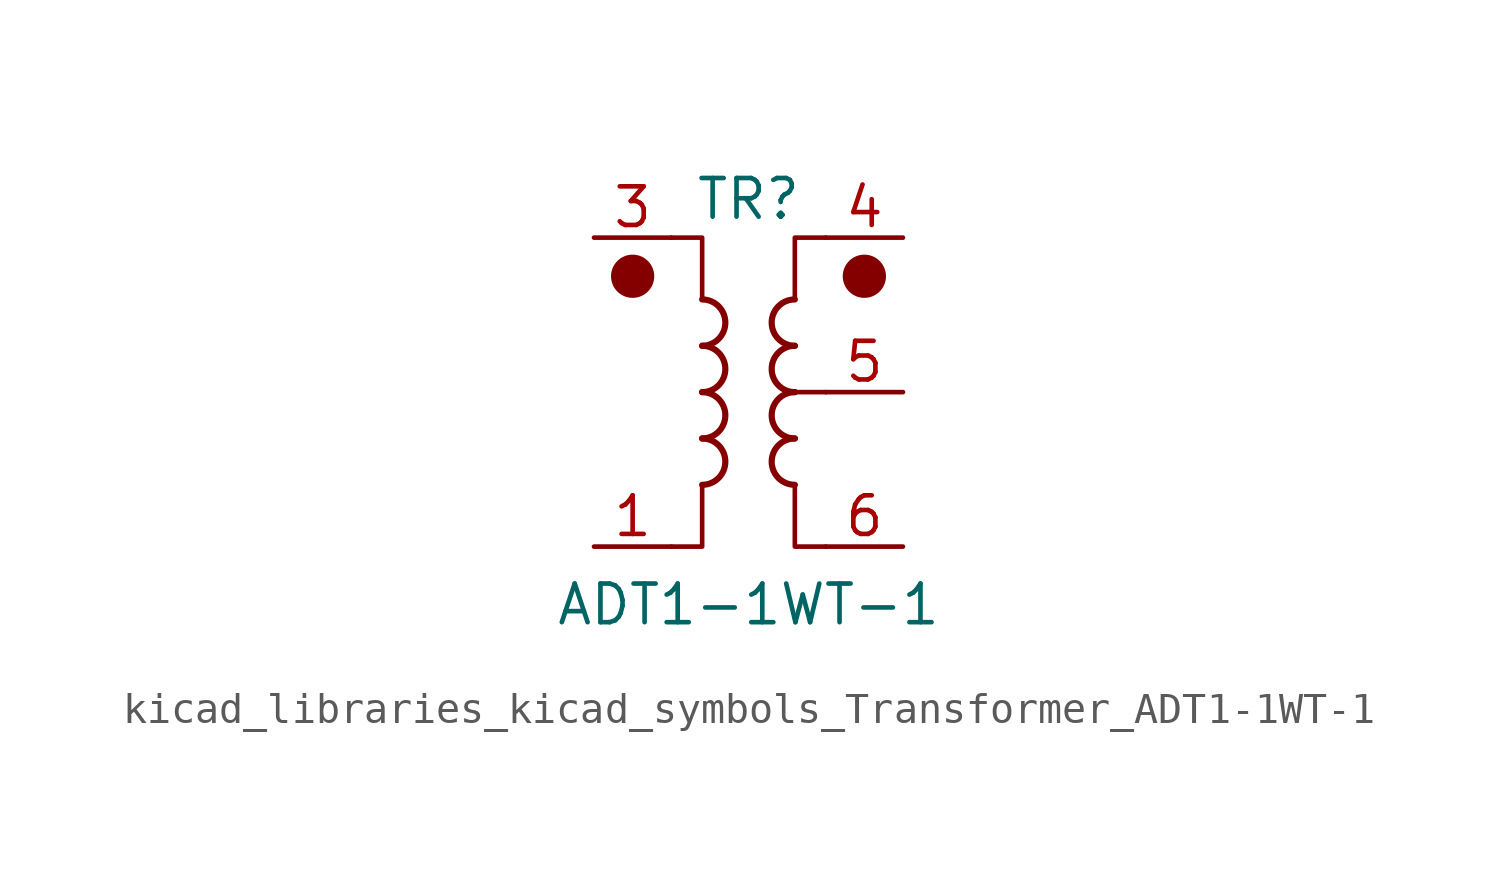
<source format=kicad_sym>
(kicad_symbol_lib
  (version 20220914)
  (generator kicad_symbol_editor)
  (symbol "kicad_libraries_kicad_symbols_Transformer_ADT1-1WT-1"
    (pin_names hide)
    (property "Reference" "TR"
      (at 0 6.35 0)
      (effects (font (size 1.27 1.27))))
    (property "Value" "ADT1-1WT-1"
      (at 0 -6.985 0)
      (effects (font (size 1.27 1.27))))
    (symbol "kicad_libraries_kicad_symbols_Transformer_ADT1-1WT-1_0_1"
      (circle (center -3.81 3.81) (radius 0.635) (stroke (width 0) (type default)) (fill (type outline)))
      (arc (start -1.524 -3.048) (mid -0.7653 -2.286) (end -1.524 -1.524) (stroke (width 0.2032) (type default)) (fill (type none)))
      (arc (start -1.524 -1.524) (mid -0.7653 -0.762) (end -1.524 0) (stroke (width 0.2032) (type default)) (fill (type none)))
      (arc (start -1.524 0) (mid -0.7653 0.762) (end -1.524 1.524) (stroke (width 0.2032) (type default)) (fill (type none)))
      (arc (start -1.524 1.524) (mid -0.7653 2.286) (end -1.524 3.048) (stroke (width 0.2032) (type default)) (fill (type none)))
      (polyline (pts (xy 2.54 0) (xy 1.27 0)) (stroke (width 0.152) (type default)) (fill (type none)))
      (polyline (pts (xy -2.54 5.08) (xy -1.524 5.08) (xy -1.524 3.048)) (stroke (width 0.152) (type default)) (fill (type none)))
      (polyline (pts (xy -1.524 -3.048) (xy -1.524 -5.08) (xy -2.54 -5.08)) (stroke (width 0.152) (type default)) (fill (type none)))
      (polyline (pts (xy 1.524 3.048) (xy 1.524 5.08) (xy 2.54 5.08)) (stroke (width 0.152) (type default)) (fill (type none)))
      (polyline (pts (xy 2.54 -5.08) (xy 1.524 -5.08) (xy 1.524 -3.048)) (stroke (width 0.152) (type default)) (fill (type none)))
      (arc (start 1.524 -1.524) (mid 0.7653 -2.286) (end 1.524 -3.048) (stroke (width 0.2032) (type default)) (fill (type none)))
      (arc (start 1.524 0) (mid 0.7653 -0.762) (end 1.524 -1.524) (stroke (width 0.2032) (type default)) (fill (type none)))
      (arc (start 1.524 1.524) (mid 0.7653 0.762) (end 1.524 0) (stroke (width 0.2032) (type default)) (fill (type none)))
      (arc (start 1.524 3.048) (mid 0.7653 2.286) (end 1.524 1.524) (stroke (width 0.2032) (type default)) (fill (type none)))
      (circle (center 3.81 3.81) (radius 0.635) (stroke (width 0) (type default)) (fill (type outline))))
    (symbol "kicad_libraries_kicad_symbols_Transformer_ADT1-1WT-1_1_1"
      (pin passive line (at -5.08 -5.08 0) (length 2.54) (name "~" (effects (font (size 1.27 1.27)))) (number "1" (effects (font (size 1.27 1.27)))))
      (pin no_connect line (at -2.54 0 0) (length 2.54) hide (name "~" (effects (font (size 1.27 1.27)))) (number "2" (effects (font (size 1.27 1.27)))))
      (pin passive line (at -5.08 5.08 0) (length 2.54) (name "~" (effects (font (size 1.27 1.27)))) (number "3" (effects (font (size 1.27 1.27)))))
      (pin passive line (at 5.08 5.08 180) (length 2.54) (name "~" (effects (font (size 1.27 1.27)))) (number "4" (effects (font (size 1.27 1.27)))))
      (pin passive line (at 5.08 0 180) (length 2.54) (name "~" (effects (font (size 1.27 1.27)))) (number "5" (effects (font (size 1.27 1.27)))))
      (pin passive line (at 5.08 -5.08 180) (length 2.54) (name "~" (effects (font (size 1.27 1.27)))) (number "6" (effects (font (size 1.27 1.27))))))))
</source>
